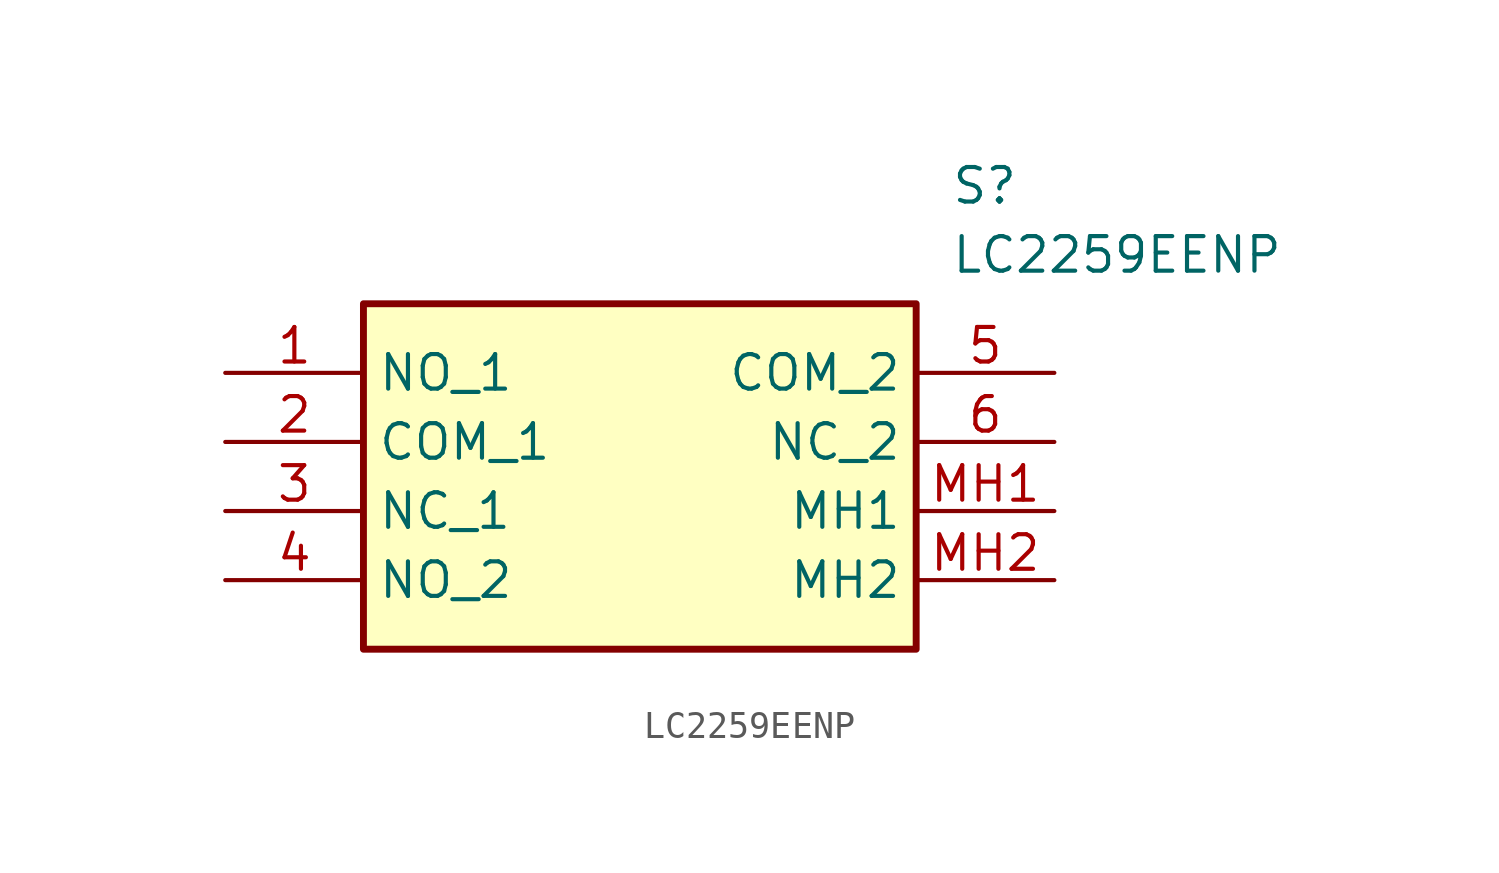
<source format=kicad_sym>
(kicad_symbol_lib
  (version 20211014)
  (generator SamacSys_ECAD_Model)
  (symbol "LC2259EENP"
    (property "Reference" "S"
      (at 26.67 7.62 0)
      (effects (font (size 1.27 1.27)) (justify left top)))
    (property "Value" "LC2259EENP"
      (at 26.67 5.08 0)
      (effects (font (size 1.27 1.27)) (justify left top)))
    (rectangle
      (start 5.08 2.54)
      (end 25.4 -10.16)
      (stroke (width 0.254) (type default))
      (fill (type background)))
    (pin passive line
      (at 0 0 0)
      (length 5.08)
      (name "NO_1" (effects (font (size 1.27 1.27))))
      (number "1" (effects (font (size 1.27 1.27)))))
    (pin passive line
      (at 0 -2.54 0)
      (length 5.08)
      (name "COM_1" (effects (font (size 1.27 1.27))))
      (number "2" (effects (font (size 1.27 1.27)))))
    (pin passive line
      (at 0 -5.08 0)
      (length 5.08)
      (name "NC_1" (effects (font (size 1.27 1.27))))
      (number "3" (effects (font (size 1.27 1.27)))))
    (pin passive line
      (at 0 -7.62 0)
      (length 5.08)
      (name "NO_2" (effects (font (size 1.27 1.27))))
      (number "4" (effects (font (size 1.27 1.27)))))
    (pin passive line
      (at 30.48 0 180)
      (length 5.08)
      (name "COM_2" (effects (font (size 1.27 1.27))))
      (number "5" (effects (font (size 1.27 1.27)))))
    (pin passive line
      (at 30.48 -2.54 180)
      (length 5.08)
      (name "NC_2" (effects (font (size 1.27 1.27))))
      (number "6" (effects (font (size 1.27 1.27)))))
    (pin passive line
      (at 30.48 -5.08 180)
      (length 5.08)
      (name "MH1" (effects (font (size 1.27 1.27))))
      (number "MH1" (effects (font (size 1.27 1.27)))))
    (pin passive line
      (at 30.48 -7.62 180)
      (length 5.08)
      (name "MH2" (effects (font (size 1.27 1.27))))
      (number "MH2" (effects (font (size 1.27 1.27)))))))
</source>
